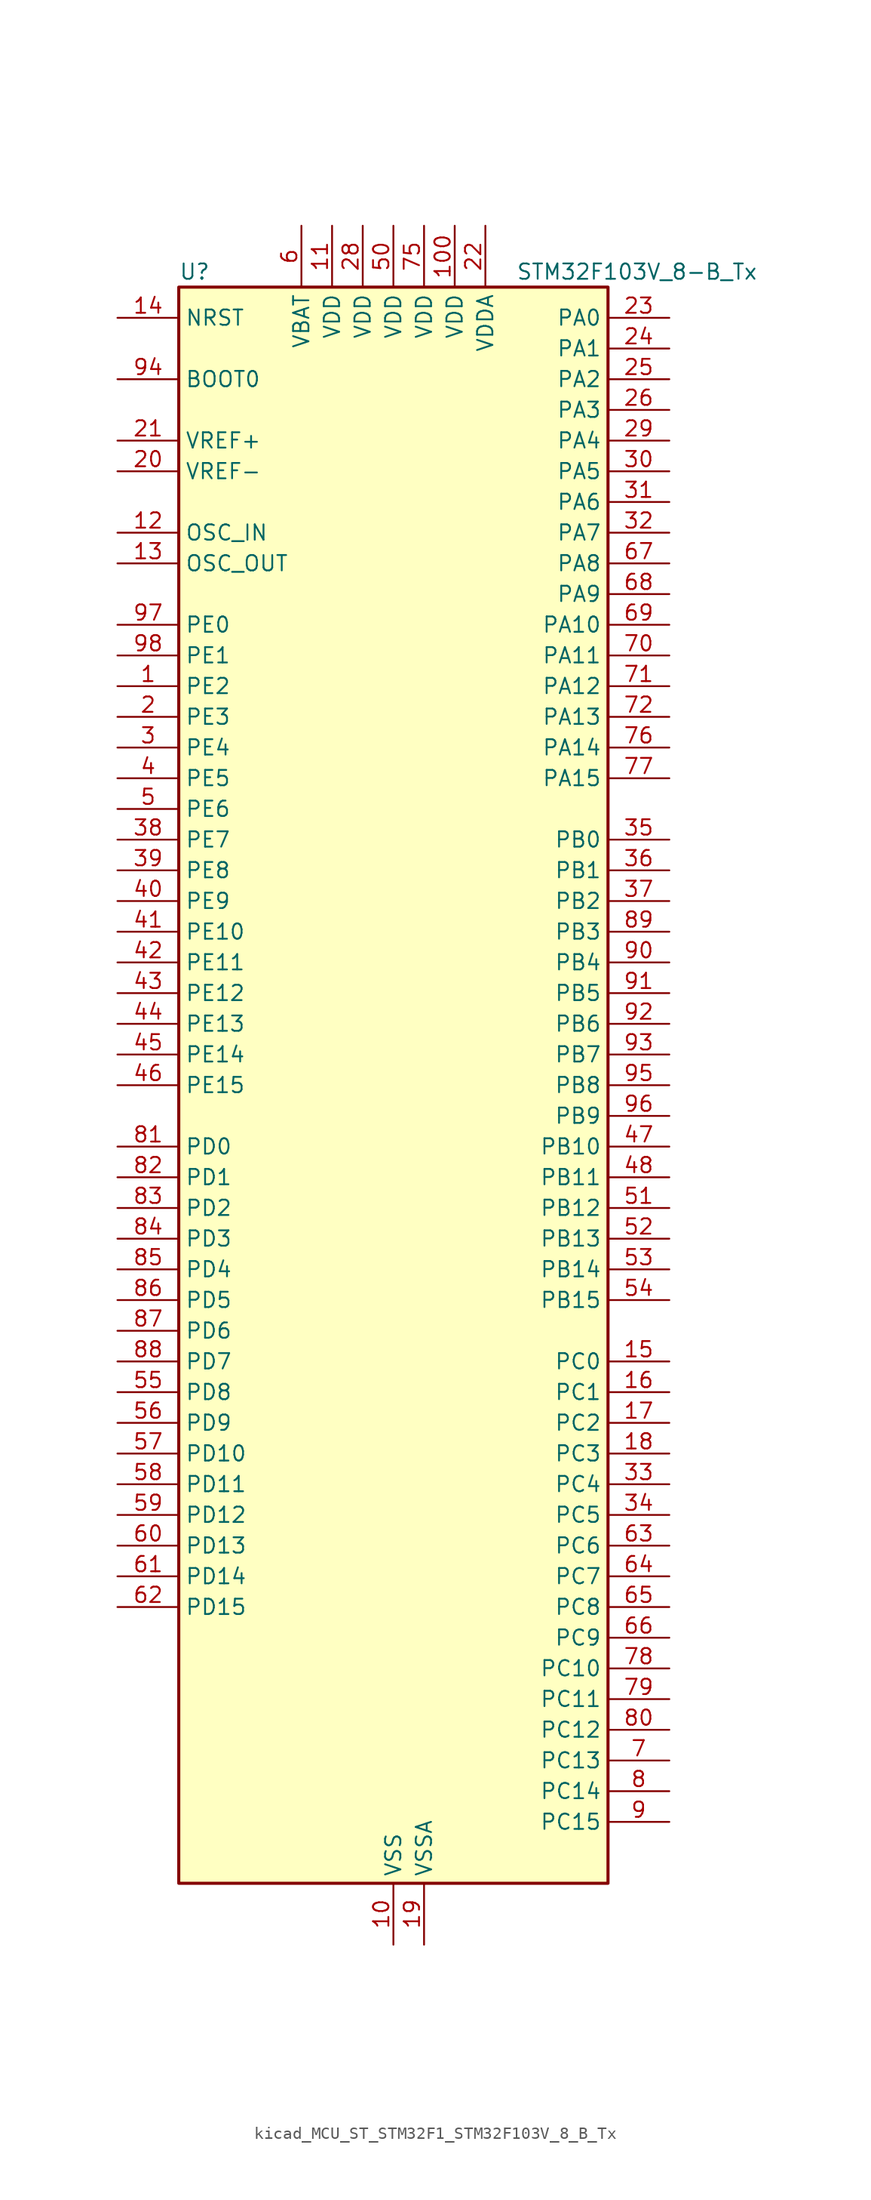
<source format=kicad_sym>
(kicad_symbol_lib
  (version 20220914)
  (generator kicad_symbol_editor)
  (symbol "kicad_MCU_ST_STM32F1_STM32F103V_8_B_Tx"
    (property "Reference" "U"
      (at -17.78 67.31 0)
      (effects (font (size 1.27 1.27)) (justify left)))
    (property "Value" "STM32F103V_8-B_Tx"
      (at 10.16 67.31 0)
      (effects (font (size 1.27 1.27)) (justify left)))
    (property "ki_locked" ""
      (at 0 0 0)
      (effects (font (size 1.27 1.27))))
    (symbol "kicad_MCU_ST_STM32F1_STM32F103V_8_B_Tx_0_1"
      (rectangle (start -17.78 -66.04) (end 17.78 66.04) (stroke (width 0.254) (type default)) (fill (type background))))
    (symbol "kicad_MCU_ST_STM32F1_STM32F103V_8_B_Tx_1_1"
      (pin bidirectional line (at -22.86 33.02 0) (length 5.08) (name "PE2" (effects (font (size 1.27 1.27)))) (number "1" (effects (font (size 1.27 1.27)))) (alternate "SYS_TRACECLK" bidirectional line))
      (pin power_in line (at 0 -71.12 90) (length 5.08) (name "VSS" (effects (font (size 1.27 1.27)))) (number "10" (effects (font (size 1.27 1.27)))))
      (pin power_in line (at 5.08 71.12 270) (length 5.08) (name "VDD" (effects (font (size 1.27 1.27)))) (number "100" (effects (font (size 1.27 1.27)))))
      (pin power_in line (at -5.08 71.12 270) (length 5.08) (name "VDD" (effects (font (size 1.27 1.27)))) (number "11" (effects (font (size 1.27 1.27)))))
      (pin input line (at -22.86 45.72 0) (length 5.08) (name "OSC_IN" (effects (font (size 1.27 1.27)))) (number "12" (effects (font (size 1.27 1.27)))) (alternate "RCC_OSC_IN" bidirectional line))
      (pin input line (at -22.86 43.18 0) (length 5.08) (name "OSC_OUT" (effects (font (size 1.27 1.27)))) (number "13" (effects (font (size 1.27 1.27)))) (alternate "RCC_OSC_OUT" bidirectional line))
      (pin input line (at -22.86 63.5 0) (length 5.08) (name "NRST" (effects (font (size 1.27 1.27)))) (number "14" (effects (font (size 1.27 1.27)))))
      (pin bidirectional line (at 22.86 -22.86 180) (length 5.08) (name "PC0" (effects (font (size 1.27 1.27)))) (number "15" (effects (font (size 1.27 1.27)))) (alternate "ADC1_IN10" bidirectional line) (alternate "ADC2_IN10" bidirectional line))
      (pin bidirectional line (at 22.86 -25.4 180) (length 5.08) (name "PC1" (effects (font (size 1.27 1.27)))) (number "16" (effects (font (size 1.27 1.27)))) (alternate "ADC1_IN11" bidirectional line) (alternate "ADC2_IN11" bidirectional line))
      (pin bidirectional line (at 22.86 -27.94 180) (length 5.08) (name "PC2" (effects (font (size 1.27 1.27)))) (number "17" (effects (font (size 1.27 1.27)))) (alternate "ADC1_IN12" bidirectional line) (alternate "ADC2_IN12" bidirectional line))
      (pin bidirectional line (at 22.86 -30.48 180) (length 5.08) (name "PC3" (effects (font (size 1.27 1.27)))) (number "18" (effects (font (size 1.27 1.27)))) (alternate "ADC1_IN13" bidirectional line) (alternate "ADC2_IN13" bidirectional line))
      (pin power_in line (at 2.54 -71.12 90) (length 5.08) (name "VSSA" (effects (font (size 1.27 1.27)))) (number "19" (effects (font (size 1.27 1.27)))))
      (pin bidirectional line (at -22.86 30.48 0) (length 5.08) (name "PE3" (effects (font (size 1.27 1.27)))) (number "2" (effects (font (size 1.27 1.27)))) (alternate "SYS_TRACED0" bidirectional line))
      (pin input line (at -22.86 50.8 0) (length 5.08) (name "VREF-" (effects (font (size 1.27 1.27)))) (number "20" (effects (font (size 1.27 1.27)))))
      (pin input line (at -22.86 53.34 0) (length 5.08) (name "VREF+" (effects (font (size 1.27 1.27)))) (number "21" (effects (font (size 1.27 1.27)))))
      (pin power_in line (at 7.62 71.12 270) (length 5.08) (name "VDDA" (effects (font (size 1.27 1.27)))) (number "22" (effects (font (size 1.27 1.27)))))
      (pin bidirectional line (at 22.86 63.5 180) (length 5.08) (name "PA0" (effects (font (size 1.27 1.27)))) (number "23" (effects (font (size 1.27 1.27)))) (alternate "ADC1_IN0" bidirectional line) (alternate "ADC2_IN0" bidirectional line) (alternate "SYS_WKUP" bidirectional line) (alternate "TIM2_CH1" bidirectional line) (alternate "TIM2_ETR" bidirectional line) (alternate "USART2_CTS" bidirectional line))
      (pin bidirectional line (at 22.86 60.96 180) (length 5.08) (name "PA1" (effects (font (size 1.27 1.27)))) (number "24" (effects (font (size 1.27 1.27)))) (alternate "ADC1_IN1" bidirectional line) (alternate "ADC2_IN1" bidirectional line) (alternate "TIM2_CH2" bidirectional line) (alternate "USART2_RTS" bidirectional line))
      (pin bidirectional line (at 22.86 58.42 180) (length 5.08) (name "PA2" (effects (font (size 1.27 1.27)))) (number "25" (effects (font (size 1.27 1.27)))) (alternate "ADC1_IN2" bidirectional line) (alternate "ADC2_IN2" bidirectional line) (alternate "TIM2_CH3" bidirectional line) (alternate "USART2_TX" bidirectional line))
      (pin bidirectional line (at 22.86 55.88 180) (length 5.08) (name "PA3" (effects (font (size 1.27 1.27)))) (number "26" (effects (font (size 1.27 1.27)))) (alternate "ADC1_IN3" bidirectional line) (alternate "ADC2_IN3" bidirectional line) (alternate "TIM2_CH4" bidirectional line) (alternate "USART2_RX" bidirectional line))
      (pin passive line (at 0 -71.12 90) (length 5.08) hide (name "VSS" (effects (font (size 1.27 1.27)))) (number "27" (effects (font (size 1.27 1.27)))))
      (pin power_in line (at -2.54 71.12 270) (length 5.08) (name "VDD" (effects (font (size 1.27 1.27)))) (number "28" (effects (font (size 1.27 1.27)))))
      (pin bidirectional line (at 22.86 53.34 180) (length 5.08) (name "PA4" (effects (font (size 1.27 1.27)))) (number "29" (effects (font (size 1.27 1.27)))) (alternate "ADC1_IN4" bidirectional line) (alternate "ADC2_IN4" bidirectional line) (alternate "SPI1_NSS" bidirectional line) (alternate "USART2_CK" bidirectional line))
      (pin bidirectional line (at -22.86 27.94 0) (length 5.08) (name "PE4" (effects (font (size 1.27 1.27)))) (number "3" (effects (font (size 1.27 1.27)))) (alternate "SYS_TRACED1" bidirectional line))
      (pin bidirectional line (at 22.86 50.8 180) (length 5.08) (name "PA5" (effects (font (size 1.27 1.27)))) (number "30" (effects (font (size 1.27 1.27)))) (alternate "ADC1_IN5" bidirectional line) (alternate "ADC2_IN5" bidirectional line) (alternate "SPI1_SCK" bidirectional line))
      (pin bidirectional line (at 22.86 48.26 180) (length 5.08) (name "PA6" (effects (font (size 1.27 1.27)))) (number "31" (effects (font (size 1.27 1.27)))) (alternate "ADC1_IN6" bidirectional line) (alternate "ADC2_IN6" bidirectional line) (alternate "SPI1_MISO" bidirectional line) (alternate "TIM1_BKIN" bidirectional line) (alternate "TIM3_CH1" bidirectional line))
      (pin bidirectional line (at 22.86 45.72 180) (length 5.08) (name "PA7" (effects (font (size 1.27 1.27)))) (number "32" (effects (font (size 1.27 1.27)))) (alternate "ADC1_IN7" bidirectional line) (alternate "ADC2_IN7" bidirectional line) (alternate "SPI1_MOSI" bidirectional line) (alternate "TIM1_CH1N" bidirectional line) (alternate "TIM3_CH2" bidirectional line))
      (pin bidirectional line (at 22.86 -33.02 180) (length 5.08) (name "PC4" (effects (font (size 1.27 1.27)))) (number "33" (effects (font (size 1.27 1.27)))) (alternate "ADC1_IN14" bidirectional line) (alternate "ADC2_IN14" bidirectional line))
      (pin bidirectional line (at 22.86 -35.56 180) (length 5.08) (name "PC5" (effects (font (size 1.27 1.27)))) (number "34" (effects (font (size 1.27 1.27)))) (alternate "ADC1_IN15" bidirectional line) (alternate "ADC2_IN15" bidirectional line))
      (pin bidirectional line (at 22.86 20.32 180) (length 5.08) (name "PB0" (effects (font (size 1.27 1.27)))) (number "35" (effects (font (size 1.27 1.27)))) (alternate "ADC1_IN8" bidirectional line) (alternate "ADC2_IN8" bidirectional line) (alternate "TIM1_CH2N" bidirectional line) (alternate "TIM3_CH3" bidirectional line))
      (pin bidirectional line (at 22.86 17.78 180) (length 5.08) (name "PB1" (effects (font (size 1.27 1.27)))) (number "36" (effects (font (size 1.27 1.27)))) (alternate "ADC1_IN9" bidirectional line) (alternate "ADC2_IN9" bidirectional line) (alternate "TIM1_CH3N" bidirectional line) (alternate "TIM3_CH4" bidirectional line))
      (pin bidirectional line (at 22.86 15.24 180) (length 5.08) (name "PB2" (effects (font (size 1.27 1.27)))) (number "37" (effects (font (size 1.27 1.27)))))
      (pin bidirectional line (at -22.86 20.32 0) (length 5.08) (name "PE7" (effects (font (size 1.27 1.27)))) (number "38" (effects (font (size 1.27 1.27)))) (alternate "TIM1_ETR" bidirectional line))
      (pin bidirectional line (at -22.86 17.78 0) (length 5.08) (name "PE8" (effects (font (size 1.27 1.27)))) (number "39" (effects (font (size 1.27 1.27)))) (alternate "TIM1_CH1N" bidirectional line))
      (pin bidirectional line (at -22.86 25.4 0) (length 5.08) (name "PE5" (effects (font (size 1.27 1.27)))) (number "4" (effects (font (size 1.27 1.27)))) (alternate "SYS_TRACED2" bidirectional line))
      (pin bidirectional line (at -22.86 15.24 0) (length 5.08) (name "PE9" (effects (font (size 1.27 1.27)))) (number "40" (effects (font (size 1.27 1.27)))) (alternate "TIM1_CH1" bidirectional line))
      (pin bidirectional line (at -22.86 12.7 0) (length 5.08) (name "PE10" (effects (font (size 1.27 1.27)))) (number "41" (effects (font (size 1.27 1.27)))) (alternate "TIM1_CH2N" bidirectional line))
      (pin bidirectional line (at -22.86 10.16 0) (length 5.08) (name "PE11" (effects (font (size 1.27 1.27)))) (number "42" (effects (font (size 1.27 1.27)))) (alternate "ADC1_EXTI11" bidirectional line) (alternate "ADC2_EXTI11" bidirectional line) (alternate "TIM1_CH2" bidirectional line))
      (pin bidirectional line (at -22.86 7.62 0) (length 5.08) (name "PE12" (effects (font (size 1.27 1.27)))) (number "43" (effects (font (size 1.27 1.27)))) (alternate "TIM1_CH3N" bidirectional line))
      (pin bidirectional line (at -22.86 5.08 0) (length 5.08) (name "PE13" (effects (font (size 1.27 1.27)))) (number "44" (effects (font (size 1.27 1.27)))) (alternate "TIM1_CH3" bidirectional line))
      (pin bidirectional line (at -22.86 2.54 0) (length 5.08) (name "PE14" (effects (font (size 1.27 1.27)))) (number "45" (effects (font (size 1.27 1.27)))) (alternate "TIM1_CH4" bidirectional line))
      (pin bidirectional line (at -22.86 0 0) (length 5.08) (name "PE15" (effects (font (size 1.27 1.27)))) (number "46" (effects (font (size 1.27 1.27)))) (alternate "ADC1_EXTI15" bidirectional line) (alternate "ADC2_EXTI15" bidirectional line) (alternate "TIM1_BKIN" bidirectional line))
      (pin bidirectional line (at 22.86 -5.08 180) (length 5.08) (name "PB10" (effects (font (size 1.27 1.27)))) (number "47" (effects (font (size 1.27 1.27)))) (alternate "I2C2_SCL" bidirectional line) (alternate "TIM2_CH3" bidirectional line) (alternate "USART3_TX" bidirectional line))
      (pin bidirectional line (at 22.86 -7.62 180) (length 5.08) (name "PB11" (effects (font (size 1.27 1.27)))) (number "48" (effects (font (size 1.27 1.27)))) (alternate "ADC1_EXTI11" bidirectional line) (alternate "ADC2_EXTI11" bidirectional line) (alternate "I2C2_SDA" bidirectional line) (alternate "TIM2_CH4" bidirectional line) (alternate "USART3_RX" bidirectional line))
      (pin passive line (at 0 -71.12 90) (length 5.08) hide (name "VSS" (effects (font (size 1.27 1.27)))) (number "49" (effects (font (size 1.27 1.27)))))
      (pin bidirectional line (at -22.86 22.86 0) (length 5.08) (name "PE6" (effects (font (size 1.27 1.27)))) (number "5" (effects (font (size 1.27 1.27)))) (alternate "SYS_TRACED3" bidirectional line))
      (pin power_in line (at 0 71.12 270) (length 5.08) (name "VDD" (effects (font (size 1.27 1.27)))) (number "50" (effects (font (size 1.27 1.27)))))
      (pin bidirectional line (at 22.86 -10.16 180) (length 5.08) (name "PB12" (effects (font (size 1.27 1.27)))) (number "51" (effects (font (size 1.27 1.27)))) (alternate "I2C2_SMBA" bidirectional line) (alternate "SPI2_NSS" bidirectional line) (alternate "TIM1_BKIN" bidirectional line) (alternate "USART3_CK" bidirectional line))
      (pin bidirectional line (at 22.86 -12.7 180) (length 5.08) (name "PB13" (effects (font (size 1.27 1.27)))) (number "52" (effects (font (size 1.27 1.27)))) (alternate "SPI2_SCK" bidirectional line) (alternate "TIM1_CH1N" bidirectional line) (alternate "USART3_CTS" bidirectional line))
      (pin bidirectional line (at 22.86 -15.24 180) (length 5.08) (name "PB14" (effects (font (size 1.27 1.27)))) (number "53" (effects (font (size 1.27 1.27)))) (alternate "SPI2_MISO" bidirectional line) (alternate "TIM1_CH2N" bidirectional line) (alternate "USART3_RTS" bidirectional line))
      (pin bidirectional line (at 22.86 -17.78 180) (length 5.08) (name "PB15" (effects (font (size 1.27 1.27)))) (number "54" (effects (font (size 1.27 1.27)))) (alternate "ADC1_EXTI15" bidirectional line) (alternate "ADC2_EXTI15" bidirectional line) (alternate "SPI2_MOSI" bidirectional line) (alternate "TIM1_CH3N" bidirectional line))
      (pin bidirectional line (at -22.86 -25.4 0) (length 5.08) (name "PD8" (effects (font (size 1.27 1.27)))) (number "55" (effects (font (size 1.27 1.27)))) (alternate "USART3_TX" bidirectional line))
      (pin bidirectional line (at -22.86 -27.94 0) (length 5.08) (name "PD9" (effects (font (size 1.27 1.27)))) (number "56" (effects (font (size 1.27 1.27)))) (alternate "USART3_RX" bidirectional line))
      (pin bidirectional line (at -22.86 -30.48 0) (length 5.08) (name "PD10" (effects (font (size 1.27 1.27)))) (number "57" (effects (font (size 1.27 1.27)))) (alternate "USART3_CK" bidirectional line))
      (pin bidirectional line (at -22.86 -33.02 0) (length 5.08) (name "PD11" (effects (font (size 1.27 1.27)))) (number "58" (effects (font (size 1.27 1.27)))) (alternate "ADC1_EXTI11" bidirectional line) (alternate "ADC2_EXTI11" bidirectional line) (alternate "USART3_CTS" bidirectional line))
      (pin bidirectional line (at -22.86 -35.56 0) (length 5.08) (name "PD12" (effects (font (size 1.27 1.27)))) (number "59" (effects (font (size 1.27 1.27)))) (alternate "TIM4_CH1" bidirectional line) (alternate "USART3_RTS" bidirectional line))
      (pin power_in line (at -7.62 71.12 270) (length 5.08) (name "VBAT" (effects (font (size 1.27 1.27)))) (number "6" (effects (font (size 1.27 1.27)))))
      (pin bidirectional line (at -22.86 -38.1 0) (length 5.08) (name "PD13" (effects (font (size 1.27 1.27)))) (number "60" (effects (font (size 1.27 1.27)))) (alternate "TIM4_CH2" bidirectional line))
      (pin bidirectional line (at -22.86 -40.64 0) (length 5.08) (name "PD14" (effects (font (size 1.27 1.27)))) (number "61" (effects (font (size 1.27 1.27)))) (alternate "TIM4_CH3" bidirectional line))
      (pin bidirectional line (at -22.86 -43.18 0) (length 5.08) (name "PD15" (effects (font (size 1.27 1.27)))) (number "62" (effects (font (size 1.27 1.27)))) (alternate "ADC1_EXTI15" bidirectional line) (alternate "ADC2_EXTI15" bidirectional line) (alternate "TIM4_CH4" bidirectional line))
      (pin bidirectional line (at 22.86 -38.1 180) (length 5.08) (name "PC6" (effects (font (size 1.27 1.27)))) (number "63" (effects (font (size 1.27 1.27)))) (alternate "TIM3_CH1" bidirectional line))
      (pin bidirectional line (at 22.86 -40.64 180) (length 5.08) (name "PC7" (effects (font (size 1.27 1.27)))) (number "64" (effects (font (size 1.27 1.27)))) (alternate "TIM3_CH2" bidirectional line))
      (pin bidirectional line (at 22.86 -43.18 180) (length 5.08) (name "PC8" (effects (font (size 1.27 1.27)))) (number "65" (effects (font (size 1.27 1.27)))) (alternate "TIM3_CH3" bidirectional line))
      (pin bidirectional line (at 22.86 -45.72 180) (length 5.08) (name "PC9" (effects (font (size 1.27 1.27)))) (number "66" (effects (font (size 1.27 1.27)))) (alternate "TIM3_CH4" bidirectional line))
      (pin bidirectional line (at 22.86 43.18 180) (length 5.08) (name "PA8" (effects (font (size 1.27 1.27)))) (number "67" (effects (font (size 1.27 1.27)))) (alternate "RCC_MCO" bidirectional line) (alternate "TIM1_CH1" bidirectional line) (alternate "USART1_CK" bidirectional line))
      (pin bidirectional line (at 22.86 40.64 180) (length 5.08) (name "PA9" (effects (font (size 1.27 1.27)))) (number "68" (effects (font (size 1.27 1.27)))) (alternate "TIM1_CH2" bidirectional line) (alternate "USART1_TX" bidirectional line))
      (pin bidirectional line (at 22.86 38.1 180) (length 5.08) (name "PA10" (effects (font (size 1.27 1.27)))) (number "69" (effects (font (size 1.27 1.27)))) (alternate "TIM1_CH3" bidirectional line) (alternate "USART1_RX" bidirectional line))
      (pin bidirectional line (at 22.86 -55.88 180) (length 5.08) (name "PC13" (effects (font (size 1.27 1.27)))) (number "7" (effects (font (size 1.27 1.27)))) (alternate "RTC_OUT" bidirectional line) (alternate "RTC_TAMPER" bidirectional line))
      (pin bidirectional line (at 22.86 35.56 180) (length 5.08) (name "PA11" (effects (font (size 1.27 1.27)))) (number "70" (effects (font (size 1.27 1.27)))) (alternate "ADC1_EXTI11" bidirectional line) (alternate "ADC2_EXTI11" bidirectional line) (alternate "CAN_RX" bidirectional line) (alternate "TIM1_CH4" bidirectional line) (alternate "USART1_CTS" bidirectional line) (alternate "USB_DM" bidirectional line))
      (pin bidirectional line (at 22.86 33.02 180) (length 5.08) (name "PA12" (effects (font (size 1.27 1.27)))) (number "71" (effects (font (size 1.27 1.27)))) (alternate "CAN_TX" bidirectional line) (alternate "TIM1_ETR" bidirectional line) (alternate "USART1_RTS" bidirectional line) (alternate "USB_DP" bidirectional line))
      (pin bidirectional line (at 22.86 30.48 180) (length 5.08) (name "PA13" (effects (font (size 1.27 1.27)))) (number "72" (effects (font (size 1.27 1.27)))) (alternate "SYS_JTMS-SWDIO" bidirectional line))
      (pin no_connect line (at -17.78 -66.04 0) (length 5.08) hide (name "NC" (effects (font (size 1.27 1.27)))) (number "73" (effects (font (size 1.27 1.27)))))
      (pin passive line (at 0 -71.12 90) (length 5.08) hide (name "VSS" (effects (font (size 1.27 1.27)))) (number "74" (effects (font (size 1.27 1.27)))))
      (pin power_in line (at 2.54 71.12 270) (length 5.08) (name "VDD" (effects (font (size 1.27 1.27)))) (number "75" (effects (font (size 1.27 1.27)))))
      (pin bidirectional line (at 22.86 27.94 180) (length 5.08) (name "PA14" (effects (font (size 1.27 1.27)))) (number "76" (effects (font (size 1.27 1.27)))) (alternate "SYS_JTCK-SWCLK" bidirectional line))
      (pin bidirectional line (at 22.86 25.4 180) (length 5.08) (name "PA15" (effects (font (size 1.27 1.27)))) (number "77" (effects (font (size 1.27 1.27)))) (alternate "ADC1_EXTI15" bidirectional line) (alternate "ADC2_EXTI15" bidirectional line) (alternate "SPI1_NSS" bidirectional line) (alternate "SYS_JTDI" bidirectional line) (alternate "TIM2_CH1" bidirectional line) (alternate "TIM2_ETR" bidirectional line))
      (pin bidirectional line (at 22.86 -48.26 180) (length 5.08) (name "PC10" (effects (font (size 1.27 1.27)))) (number "78" (effects (font (size 1.27 1.27)))) (alternate "USART3_TX" bidirectional line))
      (pin bidirectional line (at 22.86 -50.8 180) (length 5.08) (name "PC11" (effects (font (size 1.27 1.27)))) (number "79" (effects (font (size 1.27 1.27)))) (alternate "ADC1_EXTI11" bidirectional line) (alternate "ADC2_EXTI11" bidirectional line) (alternate "USART3_RX" bidirectional line))
      (pin bidirectional line (at 22.86 -58.42 180) (length 5.08) (name "PC14" (effects (font (size 1.27 1.27)))) (number "8" (effects (font (size 1.27 1.27)))) (alternate "RCC_OSC32_IN" bidirectional line))
      (pin bidirectional line (at 22.86 -53.34 180) (length 5.08) (name "PC12" (effects (font (size 1.27 1.27)))) (number "80" (effects (font (size 1.27 1.27)))) (alternate "USART3_CK" bidirectional line))
      (pin bidirectional line (at -22.86 -5.08 0) (length 5.08) (name "PD0" (effects (font (size 1.27 1.27)))) (number "81" (effects (font (size 1.27 1.27)))) (alternate "CAN_RX" bidirectional line))
      (pin bidirectional line (at -22.86 -7.62 0) (length 5.08) (name "PD1" (effects (font (size 1.27 1.27)))) (number "82" (effects (font (size 1.27 1.27)))) (alternate "CAN_TX" bidirectional line))
      (pin bidirectional line (at -22.86 -10.16 0) (length 5.08) (name "PD2" (effects (font (size 1.27 1.27)))) (number "83" (effects (font (size 1.27 1.27)))) (alternate "TIM3_ETR" bidirectional line))
      (pin bidirectional line (at -22.86 -12.7 0) (length 5.08) (name "PD3" (effects (font (size 1.27 1.27)))) (number "84" (effects (font (size 1.27 1.27)))) (alternate "USART2_CTS" bidirectional line))
      (pin bidirectional line (at -22.86 -15.24 0) (length 5.08) (name "PD4" (effects (font (size 1.27 1.27)))) (number "85" (effects (font (size 1.27 1.27)))) (alternate "USART2_RTS" bidirectional line))
      (pin bidirectional line (at -22.86 -17.78 0) (length 5.08) (name "PD5" (effects (font (size 1.27 1.27)))) (number "86" (effects (font (size 1.27 1.27)))) (alternate "USART2_TX" bidirectional line))
      (pin bidirectional line (at -22.86 -20.32 0) (length 5.08) (name "PD6" (effects (font (size 1.27 1.27)))) (number "87" (effects (font (size 1.27 1.27)))) (alternate "USART2_RX" bidirectional line))
      (pin bidirectional line (at -22.86 -22.86 0) (length 5.08) (name "PD7" (effects (font (size 1.27 1.27)))) (number "88" (effects (font (size 1.27 1.27)))) (alternate "USART2_CK" bidirectional line))
      (pin bidirectional line (at 22.86 12.7 180) (length 5.08) (name "PB3" (effects (font (size 1.27 1.27)))) (number "89" (effects (font (size 1.27 1.27)))) (alternate "SPI1_SCK" bidirectional line) (alternate "SYS_JTDO-TRACESWO" bidirectional line) (alternate "TIM2_CH2" bidirectional line))
      (pin bidirectional line (at 22.86 -60.96 180) (length 5.08) (name "PC15" (effects (font (size 1.27 1.27)))) (number "9" (effects (font (size 1.27 1.27)))) (alternate "ADC1_EXTI15" bidirectional line) (alternate "ADC2_EXTI15" bidirectional line) (alternate "RCC_OSC32_OUT" bidirectional line))
      (pin bidirectional line (at 22.86 10.16 180) (length 5.08) (name "PB4" (effects (font (size 1.27 1.27)))) (number "90" (effects (font (size 1.27 1.27)))) (alternate "SPI1_MISO" bidirectional line) (alternate "SYS_NJTRST" bidirectional line) (alternate "TIM3_CH1" bidirectional line))
      (pin bidirectional line (at 22.86 7.62 180) (length 5.08) (name "PB5" (effects (font (size 1.27 1.27)))) (number "91" (effects (font (size 1.27 1.27)))) (alternate "I2C1_SMBA" bidirectional line) (alternate "SPI1_MOSI" bidirectional line) (alternate "TIM3_CH2" bidirectional line))
      (pin bidirectional line (at 22.86 5.08 180) (length 5.08) (name "PB6" (effects (font (size 1.27 1.27)))) (number "92" (effects (font (size 1.27 1.27)))) (alternate "I2C1_SCL" bidirectional line) (alternate "TIM4_CH1" bidirectional line) (alternate "USART1_TX" bidirectional line))
      (pin bidirectional line (at 22.86 2.54 180) (length 5.08) (name "PB7" (effects (font (size 1.27 1.27)))) (number "93" (effects (font (size 1.27 1.27)))) (alternate "I2C1_SDA" bidirectional line) (alternate "TIM4_CH2" bidirectional line) (alternate "USART1_RX" bidirectional line))
      (pin input line (at -22.86 58.42 0) (length 5.08) (name "BOOT0" (effects (font (size 1.27 1.27)))) (number "94" (effects (font (size 1.27 1.27)))))
      (pin bidirectional line (at 22.86 0 180) (length 5.08) (name "PB8" (effects (font (size 1.27 1.27)))) (number "95" (effects (font (size 1.27 1.27)))) (alternate "CAN_RX" bidirectional line) (alternate "I2C1_SCL" bidirectional line) (alternate "TIM4_CH3" bidirectional line))
      (pin bidirectional line (at 22.86 -2.54 180) (length 5.08) (name "PB9" (effects (font (size 1.27 1.27)))) (number "96" (effects (font (size 1.27 1.27)))) (alternate "CAN_TX" bidirectional line) (alternate "I2C1_SDA" bidirectional line) (alternate "TIM4_CH4" bidirectional line))
      (pin bidirectional line (at -22.86 38.1 0) (length 5.08) (name "PE0" (effects (font (size 1.27 1.27)))) (number "97" (effects (font (size 1.27 1.27)))) (alternate "TIM4_ETR" bidirectional line))
      (pin bidirectional line (at -22.86 35.56 0) (length 5.08) (name "PE1" (effects (font (size 1.27 1.27)))) (number "98" (effects (font (size 1.27 1.27)))))
      (pin passive line (at 0 -71.12 90) (length 5.08) hide (name "VSS" (effects (font (size 1.27 1.27)))) (number "99" (effects (font (size 1.27 1.27))))))))
</source>
